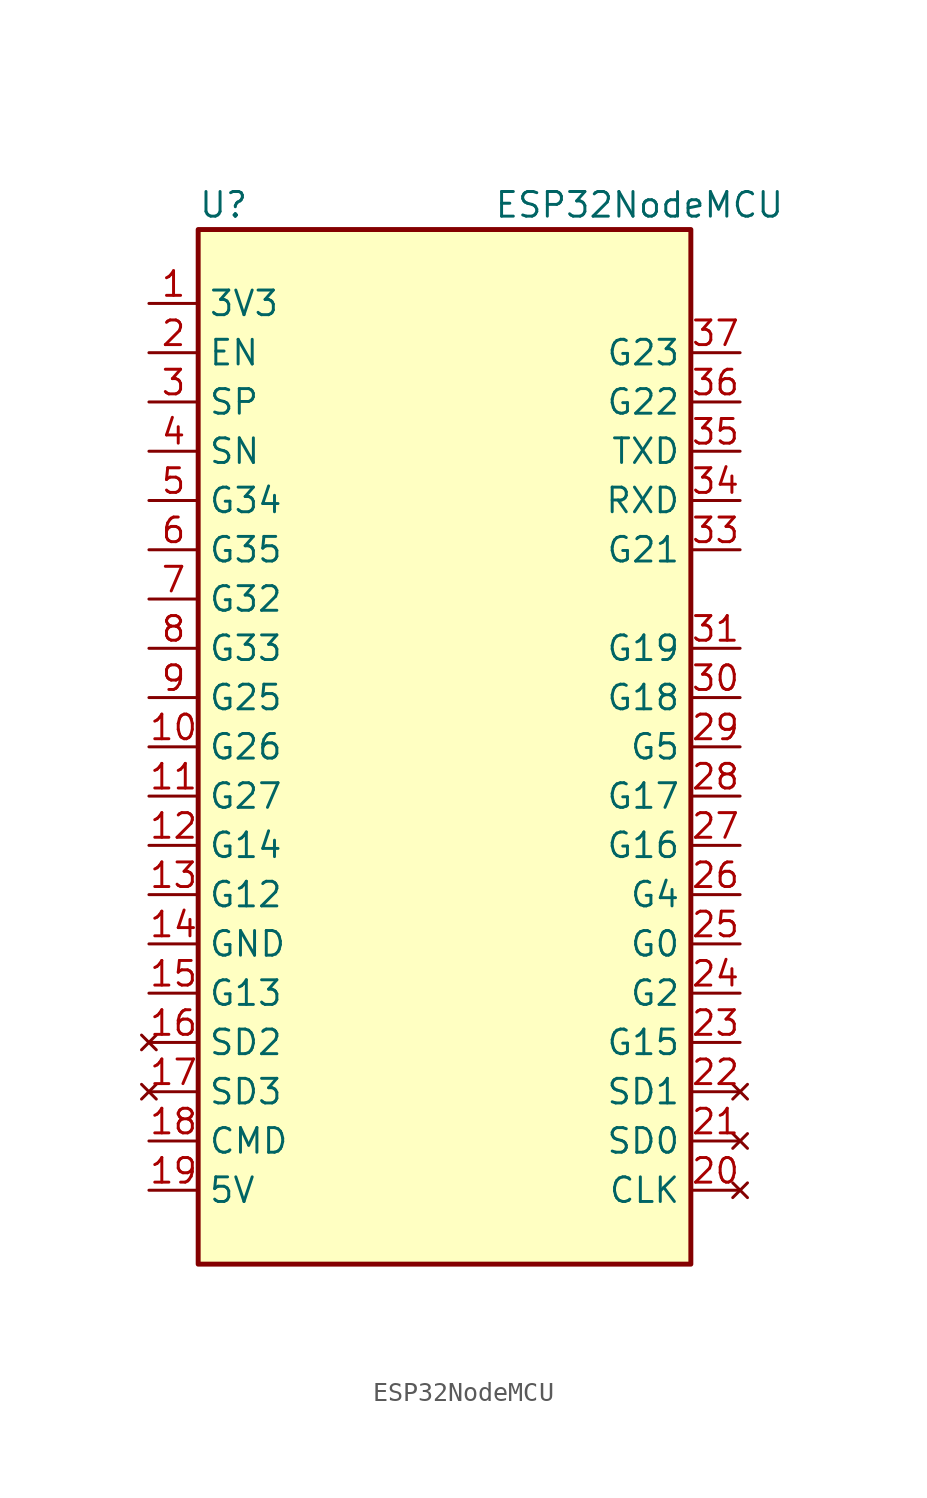
<source format=kicad_sym>
(kicad_symbol_lib
  (version 20211014)
  (generator kicad_symbol_editor)
  (symbol "ESP32NodeMCU"
    (property "Reference" "U"
      (at -11.43 27.94 0)
      (effects (font (size 1.27 1.27)) (justify left)))
    (property "Value" "ESP32NodeMCU"
      (at 3.81 27.94 0)
      (effects (font (size 1.27 1.27)) (justify left)))
    (symbol "ESP32NodeMCU_0_1"
      (rectangle (start -11.43 26.67) (end 13.97 -26.67) (stroke (width 0.254) (type default) (color 0 0 0 0)) (fill (type background))))
    (symbol "ESP32NodeMCU_1_1"
      (pin power_in line (at -13.97 22.86 0) (length 2.54) (name "3V3" (effects (font (size 1.27 1.27)))) (number "1" (effects (font (size 1.27 1.27)))))
      (pin bidirectional line (at -13.97 0 0) (length 2.54) (name "G26" (effects (font (size 1.27 1.27)))) (number "10" (effects (font (size 1.27 1.27)))))
      (pin bidirectional line (at -13.97 -2.54 0) (length 2.54) (name "G27" (effects (font (size 1.27 1.27)))) (number "11" (effects (font (size 1.27 1.27)))))
      (pin bidirectional line (at -13.97 -5.08 0) (length 2.54) (name "G14" (effects (font (size 1.27 1.27)))) (number "12" (effects (font (size 1.27 1.27)))))
      (pin bidirectional line (at -13.97 -7.62 0) (length 2.54) (name "G12" (effects (font (size 1.27 1.27)))) (number "13" (effects (font (size 1.27 1.27)))))
      (pin power_in line (at -13.97 -10.16 0) (length 2.54) (name "GND" (effects (font (size 1.27 1.27)))) (number "14" (effects (font (size 1.27 1.27)))))
      (pin bidirectional line (at -13.97 -12.7 0) (length 2.54) (name "G13" (effects (font (size 1.27 1.27)))) (number "15" (effects (font (size 1.27 1.27)))))
      (pin no_connect line (at -13.97 -15.24 0) (length 2.54) (name "SD2" (effects (font (size 1.27 1.27)))) (number "16" (effects (font (size 1.27 1.27)))))
      (pin no_connect line (at -13.97 -17.78 0) (length 2.54) (name "SD3" (effects (font (size 1.27 1.27)))) (number "17" (effects (font (size 1.27 1.27)))))
      (pin input line (at -13.97 -20.32 0) (length 2.54) (name "CMD" (effects (font (size 1.27 1.27)))) (number "18" (effects (font (size 1.27 1.27)))))
      (pin power_in line (at -13.97 -22.86 0) (length 2.54) (name "5V" (effects (font (size 1.27 1.27)))) (number "19" (effects (font (size 1.27 1.27)))))
      (pin input line (at -13.97 20.32 0) (length 2.54) (name "EN" (effects (font (size 1.27 1.27)))) (number "2" (effects (font (size 1.27 1.27)))))
      (pin no_connect line (at 16.51 -22.86 180) (length 2.54) (name "CLK" (effects (font (size 1.27 1.27)))) (number "20" (effects (font (size 1.27 1.27)))))
      (pin no_connect line (at 16.51 -20.32 180) (length 2.54) (name "SD0" (effects (font (size 1.27 1.27)))) (number "21" (effects (font (size 1.27 1.27)))))
      (pin no_connect line (at 16.51 -17.78 180) (length 2.54) (name "SD1" (effects (font (size 1.27 1.27)))) (number "22" (effects (font (size 1.27 1.27)))))
      (pin bidirectional line (at 16.51 -15.24 180) (length 2.54) (name "G15" (effects (font (size 1.27 1.27)))) (number "23" (effects (font (size 1.27 1.27)))))
      (pin bidirectional line (at 16.51 -12.7 180) (length 2.54) (name "G2" (effects (font (size 1.27 1.27)))) (number "24" (effects (font (size 1.27 1.27)))))
      (pin bidirectional line (at 16.51 -10.16 180) (length 2.54) (name "G0" (effects (font (size 1.27 1.27)))) (number "25" (effects (font (size 1.27 1.27)))))
      (pin bidirectional line (at 16.51 -7.62 180) (length 2.54) (name "G4" (effects (font (size 1.27 1.27)))) (number "26" (effects (font (size 1.27 1.27)))))
      (pin bidirectional line (at 16.51 -5.08 180) (length 2.54) (name "G16" (effects (font (size 1.27 1.27)))) (number "27" (effects (font (size 1.27 1.27)))))
      (pin bidirectional line (at 16.51 -2.54 180) (length 2.54) (name "G17" (effects (font (size 1.27 1.27)))) (number "28" (effects (font (size 1.27 1.27)))))
      (pin bidirectional line (at 16.51 0 180) (length 2.54) (name "G5" (effects (font (size 1.27 1.27)))) (number "29" (effects (font (size 1.27 1.27)))))
      (pin bidirectional line (at -13.97 17.78 0) (length 2.54) (name "SP" (effects (font (size 1.27 1.27)))) (number "3" (effects (font (size 1.27 1.27)))))
      (pin bidirectional line (at 16.51 2.54 180) (length 2.54) (name "G18" (effects (font (size 1.27 1.27)))) (number "30" (effects (font (size 1.27 1.27)))))
      (pin bidirectional line (at 16.51 5.08 180) (length 2.54) (name "G19" (effects (font (size 1.27 1.27)))) (number "31" (effects (font (size 1.27 1.27)))))
      (pin passive line (at 16.51 7.62 180) (length 2.54) hide (name "GND" (effects (font (size 1.27 1.27)))) (number "32" (effects (font (size 1.27 1.27)))))
      (pin bidirectional line (at 16.51 10.16 180) (length 2.54) (name "G21" (effects (font (size 1.27 1.27)))) (number "33" (effects (font (size 1.27 1.27)))))
      (pin bidirectional line (at 16.51 12.7 180) (length 2.54) (name "RXD" (effects (font (size 1.27 1.27)))) (number "34" (effects (font (size 1.27 1.27)))))
      (pin bidirectional line (at 16.51 15.24 180) (length 2.54) (name "TXD" (effects (font (size 1.27 1.27)))) (number "35" (effects (font (size 1.27 1.27)))))
      (pin bidirectional line (at 16.51 17.78 180) (length 2.54) (name "G22" (effects (font (size 1.27 1.27)))) (number "36" (effects (font (size 1.27 1.27)))))
      (pin bidirectional line (at 16.51 20.32 180) (length 2.54) (name "G23" (effects (font (size 1.27 1.27)))) (number "37" (effects (font (size 1.27 1.27)))))
      (pin passive line (at 16.51 22.86 180) (length 2.54) hide (name "GND" (effects (font (size 1.27 1.27)))) (number "38" (effects (font (size 1.27 1.27)))))
      (pin bidirectional line (at -13.97 15.24 0) (length 2.54) (name "SN" (effects (font (size 1.27 1.27)))) (number "4" (effects (font (size 1.27 1.27)))))
      (pin input line (at -13.97 12.7 0) (length 2.54) (name "G34" (effects (font (size 1.27 1.27)))) (number "5" (effects (font (size 1.27 1.27)))))
      (pin input line (at -13.97 10.16 0) (length 2.54) (name "G35" (effects (font (size 1.27 1.27)))) (number "6" (effects (font (size 1.27 1.27)))))
      (pin bidirectional line (at -13.97 7.62 0) (length 2.54) (name "G32" (effects (font (size 1.27 1.27)))) (number "7" (effects (font (size 1.27 1.27)))))
      (pin bidirectional line (at -13.97 5.08 0) (length 2.54) (name "G33" (effects (font (size 1.27 1.27)))) (number "8" (effects (font (size 1.27 1.27)))))
      (pin bidirectional line (at -13.97 2.54 0) (length 2.54) (name "G25" (effects (font (size 1.27 1.27)))) (number "9" (effects (font (size 1.27 1.27))))))))
</source>
